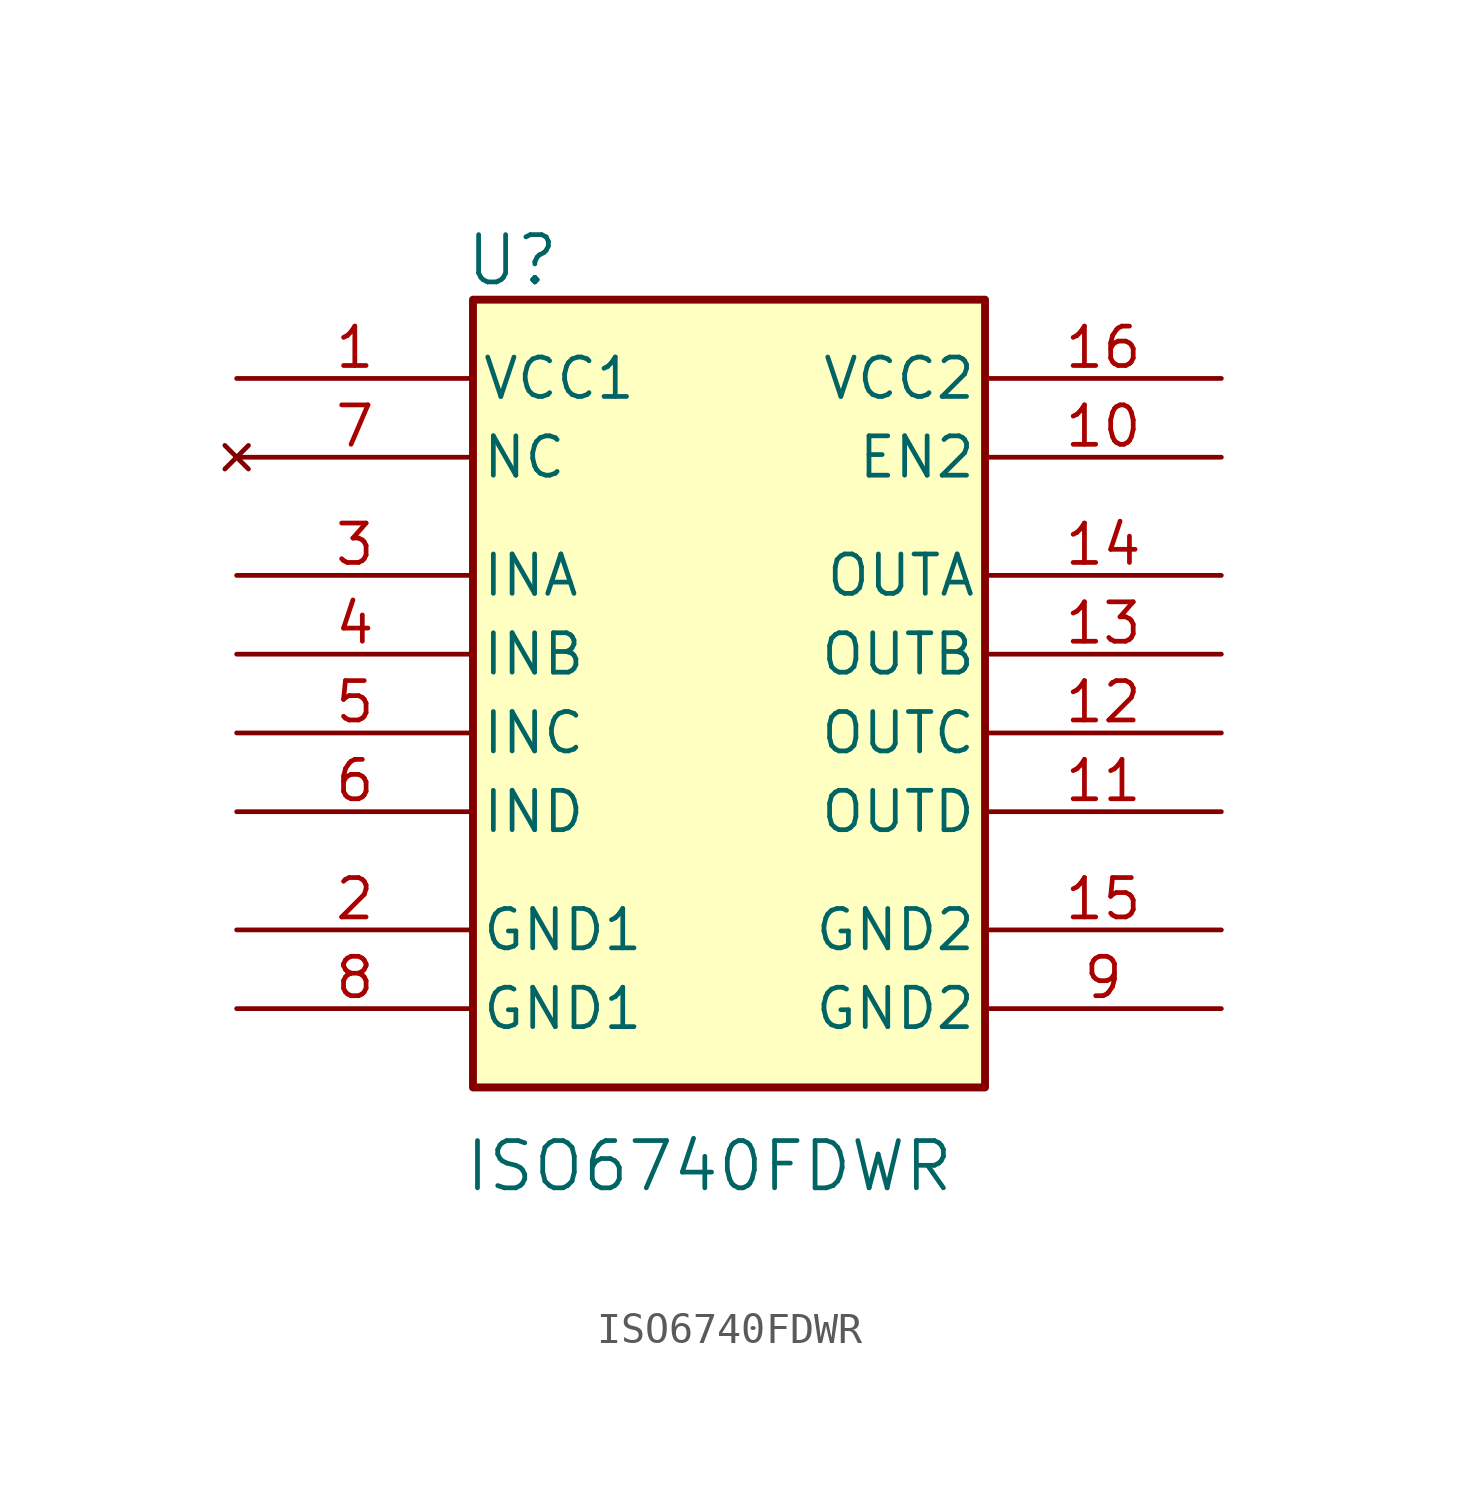
<source format=kicad_sym>
(kicad_symbol_lib
  (version 20220914)
  (generator kicad_symbol_editor)
  (symbol "ISO6740FDWR"
    (pin_names
      (offset 0.254))
    (property "Reference" "U"
      (at -6.35 12.7 0)
      (effects (font (size 1.524 1.524))))
    (property "Value" "ISO6740FDWR"
      (at 0 -16.51 0)
      (effects (font (size 1.524 1.524))))
    (symbol "ISO6740FDWR_0_1"
      (pin power_in line (at -15.24 8.89 0) (length 7.62) (name "VCC1" (effects (font (size 1.27 1.27)))) (number "1" (effects (font (size 1.27 1.27)))))
      (pin unspecified line (at 16.51 6.35 180) (length 7.62) (name "EN2" (effects (font (size 1.27 1.27)))) (number "10" (effects (font (size 1.27 1.27)))))
      (pin output line (at 16.51 -5.08 180) (length 7.62) (name "OUTD" (effects (font (size 1.27 1.27)))) (number "11" (effects (font (size 1.27 1.27)))))
      (pin output line (at 16.51 -2.54 180) (length 7.62) (name "OUTC" (effects (font (size 1.27 1.27)))) (number "12" (effects (font (size 1.27 1.27)))))
      (pin output line (at 16.51 0 180) (length 7.62) (name "OUTB" (effects (font (size 1.27 1.27)))) (number "13" (effects (font (size 1.27 1.27)))))
      (pin output line (at 16.51 2.54 180) (length 7.62) (name "OUTA" (effects (font (size 1.27 1.27)))) (number "14" (effects (font (size 1.27 1.27)))))
      (pin power_out line (at 16.51 -8.89 180) (length 7.62) (name "GND2" (effects (font (size 1.27 1.27)))) (number "15" (effects (font (size 1.27 1.27)))))
      (pin power_in line (at 16.51 8.89 180) (length 7.62) (name "VCC2" (effects (font (size 1.27 1.27)))) (number "16" (effects (font (size 1.27 1.27)))))
      (pin power_out line (at -15.24 -8.89 0) (length 7.62) (name "GND1" (effects (font (size 1.27 1.27)))) (number "2" (effects (font (size 1.27 1.27)))))
      (pin input line (at -15.24 2.54 0) (length 7.62) (name "INA" (effects (font (size 1.27 1.27)))) (number "3" (effects (font (size 1.27 1.27)))))
      (pin input line (at -15.24 0 0) (length 7.62) (name "INB" (effects (font (size 1.27 1.27)))) (number "4" (effects (font (size 1.27 1.27)))))
      (pin input line (at -15.24 -2.54 0) (length 7.62) (name "INC" (effects (font (size 1.27 1.27)))) (number "5" (effects (font (size 1.27 1.27)))))
      (pin input line (at -15.24 -5.08 0) (length 7.62) (name "IND" (effects (font (size 1.27 1.27)))) (number "6" (effects (font (size 1.27 1.27)))))
      (pin no_connect line (at -15.24 6.35 0) (length 7.62) (name "NC" (effects (font (size 1.27 1.27)))) (number "7" (effects (font (size 1.27 1.27)))))
      (pin power_out line (at -15.24 -11.43 0) (length 7.62) (name "GND1" (effects (font (size 1.27 1.27)))) (number "8" (effects (font (size 1.27 1.27)))))
      (pin power_out line (at 16.51 -11.43 180) (length 7.62) (name "GND2" (effects (font (size 1.27 1.27)))) (number "9" (effects (font (size 1.27 1.27))))))
    (symbol "ISO6740FDWR_1_1"
      (rectangle (start -7.62 11.43) (end 8.89 -13.97) (stroke (width 0.254) (type default)) (fill (type background))))))
</source>
